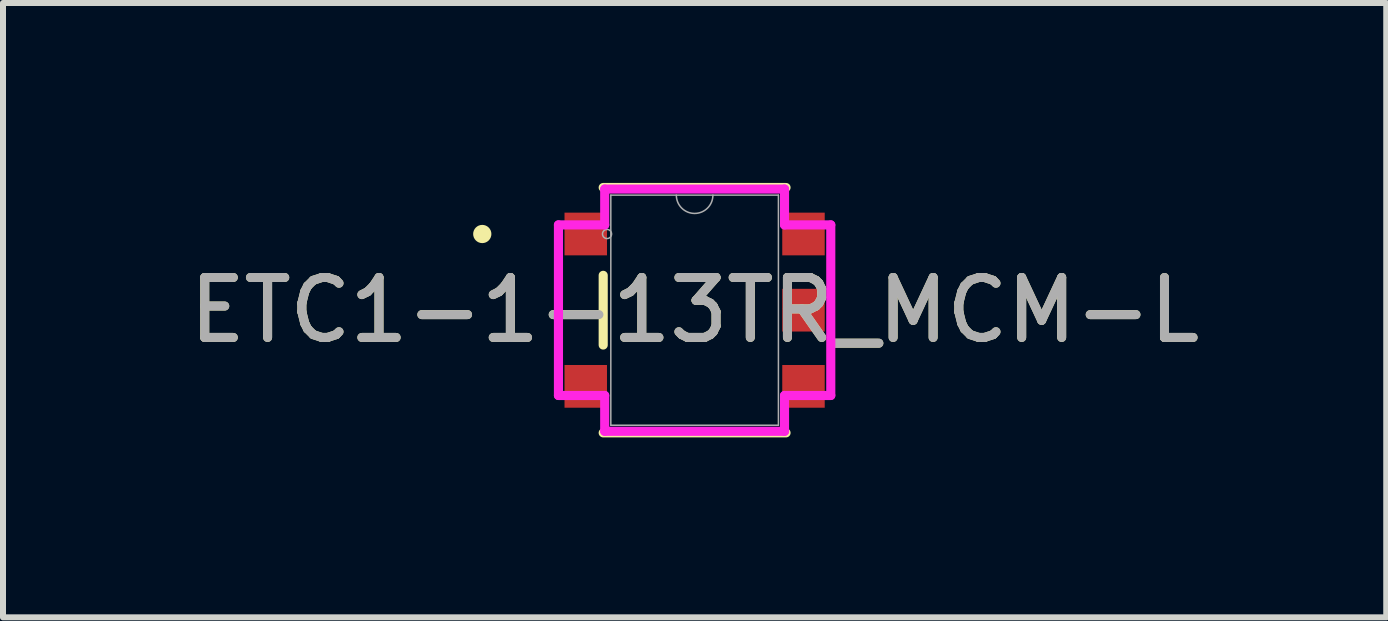
<source format=kicad_pcb>
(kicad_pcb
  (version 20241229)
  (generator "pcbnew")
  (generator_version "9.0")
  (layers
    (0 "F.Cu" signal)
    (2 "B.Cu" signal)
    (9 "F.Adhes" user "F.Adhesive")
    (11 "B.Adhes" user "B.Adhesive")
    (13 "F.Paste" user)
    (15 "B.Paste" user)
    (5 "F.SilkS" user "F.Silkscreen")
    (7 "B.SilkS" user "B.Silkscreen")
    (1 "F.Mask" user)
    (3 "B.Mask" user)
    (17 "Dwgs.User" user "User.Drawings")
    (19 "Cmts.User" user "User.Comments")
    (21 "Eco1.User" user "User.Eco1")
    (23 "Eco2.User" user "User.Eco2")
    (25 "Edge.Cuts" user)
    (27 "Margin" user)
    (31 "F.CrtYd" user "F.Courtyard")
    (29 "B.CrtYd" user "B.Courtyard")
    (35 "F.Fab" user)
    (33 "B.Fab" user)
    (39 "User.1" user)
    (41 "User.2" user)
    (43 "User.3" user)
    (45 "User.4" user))
  (footprint "ETC1-1-13TR_MCM-L"
    (layer "F.Cu")
    (at 8.53 2.121)
    (property "Reference" "ETC1-1-13TR_MCM-L" (at 0 0 0) (unlocked yes) (layer "F.SilkS") (effects (font (size 1 1) (thickness 0.15))))
    (attr smd)
    (fp_line (start -1.524 -0.581) (end -1.524 0.581) (stroke (width 0.152) (type solid)) (layer "F.SilkS"))
    (fp_line (start -1.524 2.045) (end 1.524 2.045) (stroke (width 0.152) (type solid)) (layer "F.SilkS"))
    (fp_line (start 1.524 -2.045) (end -1.524 -2.045) (stroke (width 0.152) (type solid)) (layer "F.SilkS"))
    (fp_circle (center -3.54 -1.27) (end -3.464 -1.27) (stroke (width 0.152) (type solid)) (fill no) (layer "F.SilkS"))
    (fp_line (start -2.27 -1.422) (end -1.499 -1.422) (stroke (width 0.152) (type solid)) (layer "F.CrtYd"))
    (fp_line (start -2.27 1.422) (end -2.27 -1.422) (stroke (width 0.152) (type solid)) (layer "F.CrtYd"))
    (fp_line (start -1.499 -2.019) (end 1.499 -2.019) (stroke (width 0.152) (type solid)) (layer "F.CrtYd"))
    (fp_line (start -1.499 -1.422) (end -1.499 -2.019) (stroke (width 0.152) (type solid)) (layer "F.CrtYd"))
    (fp_line (start -1.499 1.422) (end -2.27 1.422) (stroke (width 0.152) (type solid)) (layer "F.CrtYd"))
    (fp_line (start -1.499 2.019) (end -1.499 1.422) (stroke (width 0.152) (type solid)) (layer "F.CrtYd"))
    (fp_line (start 1.499 -2.019) (end 1.499 -1.422) (stroke (width 0.152) (type solid)) (layer "F.CrtYd"))
    (fp_line (start 1.499 -1.422) (end 2.27 -1.422) (stroke (width 0.152) (type solid)) (layer "F.CrtYd"))
    (fp_line (start 1.499 1.422) (end 1.499 2.019) (stroke (width 0.152) (type solid)) (layer "F.CrtYd"))
    (fp_line (start 1.499 2.019) (end -1.499 2.019) (stroke (width 0.152) (type solid)) (layer "F.CrtYd"))
    (fp_line (start 2.27 -1.422) (end 2.27 1.422) (stroke (width 0.152) (type solid)) (layer "F.CrtYd"))
    (fp_line (start 2.27 1.422) (end 1.499 1.422) (stroke (width 0.152) (type solid)) (layer "F.CrtYd"))
    (fp_line (start -1.397 -1.918) (end -1.397 1.918) (stroke (width 0.025) (type solid)) (layer "F.Fab"))
    (fp_line (start -1.397 1.918) (end 1.397 1.918) (stroke (width 0.025) (type solid)) (layer "F.Fab"))
    (fp_line (start 1.397 -1.918) (end -1.397 -1.918) (stroke (width 0.025) (type solid)) (layer "F.Fab"))
    (fp_line (start 1.397 1.918) (end 1.397 -1.918) (stroke (width 0.025) (type solid)) (layer "F.Fab"))
    (fp_arc (start 0.3048 -1.9177) (mid 0 -1.6129) (end -0.3048 -1.9177) (stroke (width 0.0254) (type solid)) (layer "F.Fab"))
    (fp_circle (center -1.46 -1.27) (end -1.384 -1.27) (stroke (width 0.025) (type solid)) (fill no) (layer "F.Fab"))
    (fp_text user "${REFERENCE}" (at 0 0 0) (unlocked yes) (layer "F.Fab") (effects (font (size 1 1) (thickness 0.15))))
    (pad "1" smd rect (at -1.815 -1.27) (size 0.708 0.712) (layers "F.Cu" "F.Mask" "F.Paste"))
    (pad "2" smd rect (at -1.815 1.27) (size 0.708 0.712) (layers "F.Cu" "F.Mask" "F.Paste"))
    (pad "3" smd rect (at 1.815 1.27) (size 0.708 0.712) (layers "F.Cu" "F.Mask" "F.Paste"))
    (pad "4" smd rect (at 1.815 0) (size 0.708 0.712) (layers "F.Cu" "F.Mask" "F.Paste"))
    (pad "5" smd rect (at 1.815 -1.27) (size 0.708 0.712) (layers "F.Cu" "F.Mask" "F.Paste")))
  (gr_rect
    (start -3 -3)
    (end 20.06 7.242)
    (stroke (width 0.1) (type default))
    (fill no)
    (layer "Edge.Cuts")))
</source>
